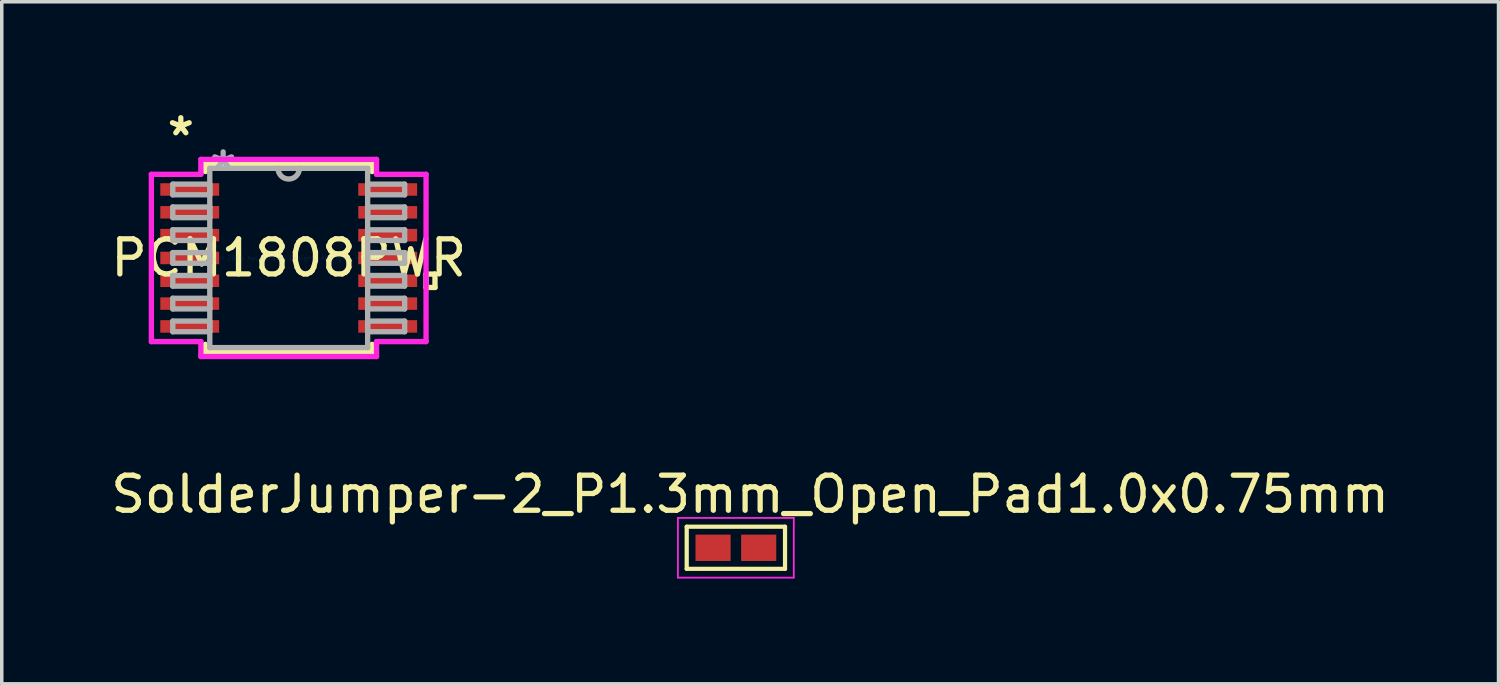
<source format=kicad_pcb>
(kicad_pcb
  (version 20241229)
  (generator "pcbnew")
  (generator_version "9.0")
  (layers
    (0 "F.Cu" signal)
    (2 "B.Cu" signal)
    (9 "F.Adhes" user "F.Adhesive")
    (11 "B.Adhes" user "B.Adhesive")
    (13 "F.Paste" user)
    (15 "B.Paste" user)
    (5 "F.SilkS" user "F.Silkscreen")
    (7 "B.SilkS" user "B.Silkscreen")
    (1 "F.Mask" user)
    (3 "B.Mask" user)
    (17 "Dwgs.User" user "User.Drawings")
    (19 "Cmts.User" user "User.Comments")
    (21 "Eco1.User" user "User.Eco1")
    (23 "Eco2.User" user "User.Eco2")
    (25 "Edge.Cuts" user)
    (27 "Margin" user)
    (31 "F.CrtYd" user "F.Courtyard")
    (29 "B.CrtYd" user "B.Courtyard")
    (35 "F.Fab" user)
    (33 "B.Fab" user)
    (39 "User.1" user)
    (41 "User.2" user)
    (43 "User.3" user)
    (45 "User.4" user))
  (footprint "SolderJumper-2_P1.3mm_Open_Pad1.0x0.75mm"
    (layer "F.Cu")
    (at 17.909 12.552)
    (property "Reference" "SolderJumper-2_P1.3mm_Open_Pad1.0x0.75mm" (at 0.406 -1.524 0) (layer "F.SilkS") (effects (font (size 1 1) (thickness 0.15))))
    (attr exclude_from_pos_files exclude_from_bom)
    (fp_line (start -1.4 -0.6) (end 1.4 -0.6) (stroke (width 0.12) (type solid)) (layer "F.SilkS"))
    (fp_line (start -1.4 0.6) (end -1.4 -0.6) (stroke (width 0.12) (type solid)) (layer "F.SilkS"))
    (fp_line (start 1.4 -0.6) (end 1.4 0.6) (stroke (width 0.12) (type solid)) (layer "F.SilkS"))
    (fp_line (start 1.4 0.6) (end -1.4 0.6) (stroke (width 0.12) (type solid)) (layer "F.SilkS"))
    (fp_line (start -1.65 -0.85) (end -1.65 0.85) (stroke (width 0.05) (type solid)) (layer "F.CrtYd"))
    (fp_line (start -1.65 -0.85) (end 1.65 -0.85) (stroke (width 0.05) (type solid)) (layer "F.CrtYd"))
    (fp_line (start 1.65 0.85) (end -1.65 0.85) (stroke (width 0.05) (type solid)) (layer "F.CrtYd"))
    (fp_line (start 1.65 0.85) (end 1.65 -0.85) (stroke (width 0.05) (type solid)) (layer "F.CrtYd"))
    (pad "1" smd rect (at -0.65 0) (size 1 0.75) (layers "F.Cu" "F.Mask"))
    (pad "2" smd rect (at 0.65 0) (size 1 0.75) (layers "F.Cu" "F.Mask")))
  (footprint "PCM1808PWR"
    (layer "F.Cu")
    (at 5.173 4.297)
    (property "Reference" "PCM1808PWR" (at 0 0 0) (layer "F.SilkS") (effects (font (size 1 1) (thickness 0.15))))
    (attr through_hole)
    (fp_line (start -2.375 -2.68) (end -2.375 -2.461) (stroke (width 0.152) (type solid)) (layer "F.SilkS"))
    (fp_line (start -2.375 2.461) (end -2.375 2.68) (stroke (width 0.152) (type solid)) (layer "F.SilkS"))
    (fp_line (start -2.375 2.68) (end 2.375 2.68) (stroke (width 0.152) (type solid)) (layer "F.SilkS"))
    (fp_line (start 2.375 -2.68) (end -2.375 -2.68) (stroke (width 0.152) (type solid)) (layer "F.SilkS"))
    (fp_line (start 2.375 -2.461) (end 2.375 -2.68) (stroke (width 0.152) (type solid)) (layer "F.SilkS"))
    (fp_line (start 2.375 2.68) (end 2.375 2.461) (stroke (width 0.152) (type solid)) (layer "F.SilkS"))
    (fp_line (start 3.912 0.459) (end 4.166 0.459) (stroke (width 0.152) (type solid)) (layer "F.SilkS"))
    (fp_line (start 3.912 0.84) (end 3.912 0.459) (stroke (width 0.152) (type solid)) (layer "F.SilkS"))
    (fp_line (start 4.166 0.459) (end 4.166 0.84) (stroke (width 0.152) (type solid)) (layer "F.SilkS"))
    (fp_line (start 4.166 0.84) (end 3.912 0.84) (stroke (width 0.152) (type solid)) (layer "F.SilkS"))
    (fp_line (start -3.912 -2.382) (end -2.502 -2.382) (stroke (width 0.152) (type solid)) (layer "F.CrtYd"))
    (fp_line (start -3.912 2.382) (end -3.912 -2.382) (stroke (width 0.152) (type solid)) (layer "F.CrtYd"))
    (fp_line (start -2.502 -2.807) (end 2.502 -2.807) (stroke (width 0.152) (type solid)) (layer "F.CrtYd"))
    (fp_line (start -2.502 -2.382) (end -2.502 -2.807) (stroke (width 0.152) (type solid)) (layer "F.CrtYd"))
    (fp_line (start -2.502 2.382) (end -3.912 2.382) (stroke (width 0.152) (type solid)) (layer "F.CrtYd"))
    (fp_line (start -2.502 2.807) (end -2.502 2.382) (stroke (width 0.152) (type solid)) (layer "F.CrtYd"))
    (fp_line (start 2.502 -2.807) (end 2.502 -2.382) (stroke (width 0.152) (type solid)) (layer "F.CrtYd"))
    (fp_line (start 2.502 -2.382) (end 3.912 -2.382) (stroke (width 0.152) (type solid)) (layer "F.CrtYd"))
    (fp_line (start 2.502 2.382) (end 2.502 2.807) (stroke (width 0.152) (type solid)) (layer "F.CrtYd"))
    (fp_line (start 2.502 2.807) (end -2.502 2.807) (stroke (width 0.152) (type solid)) (layer "F.CrtYd"))
    (fp_line (start 3.912 -2.382) (end 3.912 2.382) (stroke (width 0.152) (type solid)) (layer "F.CrtYd"))
    (fp_line (start 3.912 2.382) (end 2.502 2.382) (stroke (width 0.152) (type solid)) (layer "F.CrtYd"))
    (fp_line (start -3.302 -2.102) (end -3.302 -1.798) (stroke (width 0.152) (type solid)) (layer "F.Fab"))
    (fp_line (start -3.302 -1.798) (end -2.248 -1.798) (stroke (width 0.152) (type solid)) (layer "F.Fab"))
    (fp_line (start -3.302 -1.452) (end -3.302 -1.148) (stroke (width 0.152) (type solid)) (layer "F.Fab"))
    (fp_line (start -3.302 -1.148) (end -2.248 -1.148) (stroke (width 0.152) (type solid)) (layer "F.Fab"))
    (fp_line (start -3.302 -0.802) (end -3.302 -0.498) (stroke (width 0.152) (type solid)) (layer "F.Fab"))
    (fp_line (start -3.302 -0.498) (end -2.248 -0.498) (stroke (width 0.152) (type solid)) (layer "F.Fab"))
    (fp_line (start -3.302 -0.152) (end -3.302 0.152) (stroke (width 0.152) (type solid)) (layer "F.Fab"))
    (fp_line (start -3.302 0.152) (end -2.248 0.152) (stroke (width 0.152) (type solid)) (layer "F.Fab"))
    (fp_line (start -3.302 0.498) (end -3.302 0.802) (stroke (width 0.152) (type solid)) (layer "F.Fab"))
    (fp_line (start -3.302 0.802) (end -2.248 0.802) (stroke (width 0.152) (type solid)) (layer "F.Fab"))
    (fp_line (start -3.302 1.148) (end -3.302 1.452) (stroke (width 0.152) (type solid)) (layer "F.Fab"))
    (fp_line (start -3.302 1.452) (end -2.248 1.452) (stroke (width 0.152) (type solid)) (layer "F.Fab"))
    (fp_line (start -3.302 1.798) (end -3.302 2.102) (stroke (width 0.152) (type solid)) (layer "F.Fab"))
    (fp_line (start -3.302 2.102) (end -2.248 2.102) (stroke (width 0.152) (type solid)) (layer "F.Fab"))
    (fp_line (start -2.248 -2.553) (end -2.248 2.553) (stroke (width 0.152) (type solid)) (layer "F.Fab"))
    (fp_line (start -2.248 -2.102) (end -3.302 -2.102) (stroke (width 0.152) (type solid)) (layer "F.Fab"))
    (fp_line (start -2.248 -1.798) (end -2.248 -2.102) (stroke (width 0.152) (type solid)) (layer "F.Fab"))
    (fp_line (start -2.248 -1.452) (end -3.302 -1.452) (stroke (width 0.152) (type solid)) (layer "F.Fab"))
    (fp_line (start -2.248 -1.148) (end -2.248 -1.452) (stroke (width 0.152) (type solid)) (layer "F.Fab"))
    (fp_line (start -2.248 -0.802) (end -3.302 -0.802) (stroke (width 0.152) (type solid)) (layer "F.Fab"))
    (fp_line (start -2.248 -0.498) (end -2.248 -0.802) (stroke (width 0.152) (type solid)) (layer "F.Fab"))
    (fp_line (start -2.248 -0.152) (end -3.302 -0.152) (stroke (width 0.152) (type solid)) (layer "F.Fab"))
    (fp_line (start -2.248 0.152) (end -2.248 -0.152) (stroke (width 0.152) (type solid)) (layer "F.Fab"))
    (fp_line (start -2.248 0.498) (end -3.302 0.498) (stroke (width 0.152) (type solid)) (layer "F.Fab"))
    (fp_line (start -2.248 0.802) (end -2.248 0.498) (stroke (width 0.152) (type solid)) (layer "F.Fab"))
    (fp_line (start -2.248 1.148) (end -3.302 1.148) (stroke (width 0.152) (type solid)) (layer "F.Fab"))
    (fp_line (start -2.248 1.452) (end -2.248 1.148) (stroke (width 0.152) (type solid)) (layer "F.Fab"))
    (fp_line (start -2.248 1.798) (end -3.302 1.798) (stroke (width 0.152) (type solid)) (layer "F.Fab"))
    (fp_line (start -2.248 2.102) (end -2.248 1.798) (stroke (width 0.152) (type solid)) (layer "F.Fab"))
    (fp_line (start -2.248 2.553) (end 2.248 2.553) (stroke (width 0.152) (type solid)) (layer "F.Fab"))
    (fp_line (start 2.248 -2.553) (end -2.248 -2.553) (stroke (width 0.152) (type solid)) (layer "F.Fab"))
    (fp_line (start 2.248 -2.102) (end 2.248 -1.798) (stroke (width 0.152) (type solid)) (layer "F.Fab"))
    (fp_line (start 2.248 -1.798) (end 3.302 -1.798) (stroke (width 0.152) (type solid)) (layer "F.Fab"))
    (fp_line (start 2.248 -1.452) (end 2.248 -1.148) (stroke (width 0.152) (type solid)) (layer "F.Fab"))
    (fp_line (start 2.248 -1.148) (end 3.302 -1.148) (stroke (width 0.152) (type solid)) (layer "F.Fab"))
    (fp_line (start 2.248 -0.802) (end 2.248 -0.498) (stroke (width 0.152) (type solid)) (layer "F.Fab"))
    (fp_line (start 2.248 -0.498) (end 3.302 -0.498) (stroke (width 0.152) (type solid)) (layer "F.Fab"))
    (fp_line (start 2.248 -0.152) (end 2.248 0.152) (stroke (width 0.152) (type solid)) (layer "F.Fab"))
    (fp_line (start 2.248 0.152) (end 3.302 0.152) (stroke (width 0.152) (type solid)) (layer "F.Fab"))
    (fp_line (start 2.248 0.498) (end 2.248 0.802) (stroke (width 0.152) (type solid)) (layer "F.Fab"))
    (fp_line (start 2.248 0.802) (end 3.302 0.802) (stroke (width 0.152) (type solid)) (layer "F.Fab"))
    (fp_line (start 2.248 1.148) (end 2.248 1.452) (stroke (width 0.152) (type solid)) (layer "F.Fab"))
    (fp_line (start 2.248 1.452) (end 3.302 1.452) (stroke (width 0.152) (type solid)) (layer "F.Fab"))
    (fp_line (start 2.248 1.798) (end 2.248 2.102) (stroke (width 0.152) (type solid)) (layer "F.Fab"))
    (fp_line (start 2.248 2.102) (end 3.302 2.102) (stroke (width 0.152) (type solid)) (layer "F.Fab"))
    (fp_line (start 2.248 2.553) (end 2.248 -2.553) (stroke (width 0.152) (type solid)) (layer "F.Fab"))
    (fp_line (start 3.302 -2.102) (end 2.248 -2.102) (stroke (width 0.152) (type solid)) (layer "F.Fab"))
    (fp_line (start 3.302 -1.798) (end 3.302 -2.102) (stroke (width 0.152) (type solid)) (layer "F.Fab"))
    (fp_line (start 3.302 -1.452) (end 2.248 -1.452) (stroke (width 0.152) (type solid)) (layer "F.Fab"))
    (fp_line (start 3.302 -1.148) (end 3.302 -1.452) (stroke (width 0.152) (type solid)) (layer "F.Fab"))
    (fp_line (start 3.302 -0.802) (end 2.248 -0.802) (stroke (width 0.152) (type solid)) (layer "F.Fab"))
    (fp_line (start 3.302 -0.498) (end 3.302 -0.802) (stroke (width 0.152) (type solid)) (layer "F.Fab"))
    (fp_line (start 3.302 -0.152) (end 2.248 -0.152) (stroke (width 0.152) (type solid)) (layer "F.Fab"))
    (fp_line (start 3.302 0.152) (end 3.302 -0.152) (stroke (width 0.152) (type solid)) (layer "F.Fab"))
    (fp_line (start 3.302 0.498) (end 2.248 0.498) (stroke (width 0.152) (type solid)) (layer "F.Fab"))
    (fp_line (start 3.302 0.802) (end 3.302 0.498) (stroke (width 0.152) (type solid)) (layer "F.Fab"))
    (fp_line (start 3.302 1.148) (end 2.248 1.148) (stroke (width 0.152) (type solid)) (layer "F.Fab"))
    (fp_line (start 3.302 1.452) (end 3.302 1.148) (stroke (width 0.152) (type solid)) (layer "F.Fab"))
    (fp_line (start 3.302 1.798) (end 2.248 1.798) (stroke (width 0.152) (type solid)) (layer "F.Fab"))
    (fp_line (start 3.302 2.102) (end 3.302 1.798) (stroke (width 0.152) (type solid)) (layer "F.Fab"))
    (fp_arc (start 0.3048 -2.5527) (mid 0 -2.2479) (end -0.3048 -2.5527) (stroke (width 0.1524) (type solid)) (layer "F.Fab"))
    (fp_text user "*" (at -3.073 -3.449 0) (layer "F.SilkS") (effects (font (size 1 1) (thickness 0.15))))
    (fp_text user "Copyright 2016 Accelerated Designs. All rights reserved." (at 0 0 0) (layer "Cmts.User") (effects (font (size 0.127 0.127) (thickness 0.002))))
    (fp_text user "*" (at -1.867 -2.477 0) (layer "F.Fab") (effects (font (size 1 1) (thickness 0.15))))
    (pad "1" smd rect (at -2.819 -1.95) (size 1.676 0.356) (layers "F.Cu" "F.Mask" "F.Paste"))
    (pad "2" smd rect (at -2.819 -1.3) (size 1.676 0.356) (layers "F.Cu" "F.Mask" "F.Paste"))
    (pad "3" smd rect (at -2.819 -0.65) (size 1.676 0.356) (layers "F.Cu" "F.Mask" "F.Paste"))
    (pad "4" smd rect (at -2.819 0) (size 1.676 0.356) (layers "F.Cu" "F.Mask" "F.Paste"))
    (pad "5" smd rect (at -2.819 0.65) (size 1.676 0.356) (layers "F.Cu" "F.Mask" "F.Paste"))
    (pad "6" smd rect (at -2.819 1.3) (size 1.676 0.356) (layers "F.Cu" "F.Mask" "F.Paste"))
    (pad "7" smd rect (at -2.819 1.95) (size 1.676 0.356) (layers "F.Cu" "F.Mask" "F.Paste"))
    (pad "8" smd rect (at 2.819 1.95) (size 1.676 0.356) (layers "F.Cu" "F.Mask" "F.Paste"))
    (pad "9" smd rect (at 2.819 1.3) (size 1.676 0.356) (layers "F.Cu" "F.Mask" "F.Paste"))
    (pad "10" smd rect (at 2.819 0.65) (size 1.676 0.356) (layers "F.Cu" "F.Mask" "F.Paste"))
    (pad "11" smd rect (at 2.819 0) (size 1.676 0.356) (layers "F.Cu" "F.Mask" "F.Paste"))
    (pad "12" smd rect (at 2.819 -0.65) (size 1.676 0.356) (layers "F.Cu" "F.Mask" "F.Paste"))
    (pad "13" smd rect (at 2.819 -1.3) (size 1.676 0.356) (layers "F.Cu" "F.Mask" "F.Paste"))
    (pad "14" smd rect (at 2.819 -1.95) (size 1.676 0.356) (layers "F.Cu" "F.Mask" "F.Paste")))
  (gr_rect
    (start -3 -3)
    (end 39.631 16.427)
    (stroke (width 0.1) (type default))
    (fill no)
    (layer "Edge.Cuts")))
</source>
